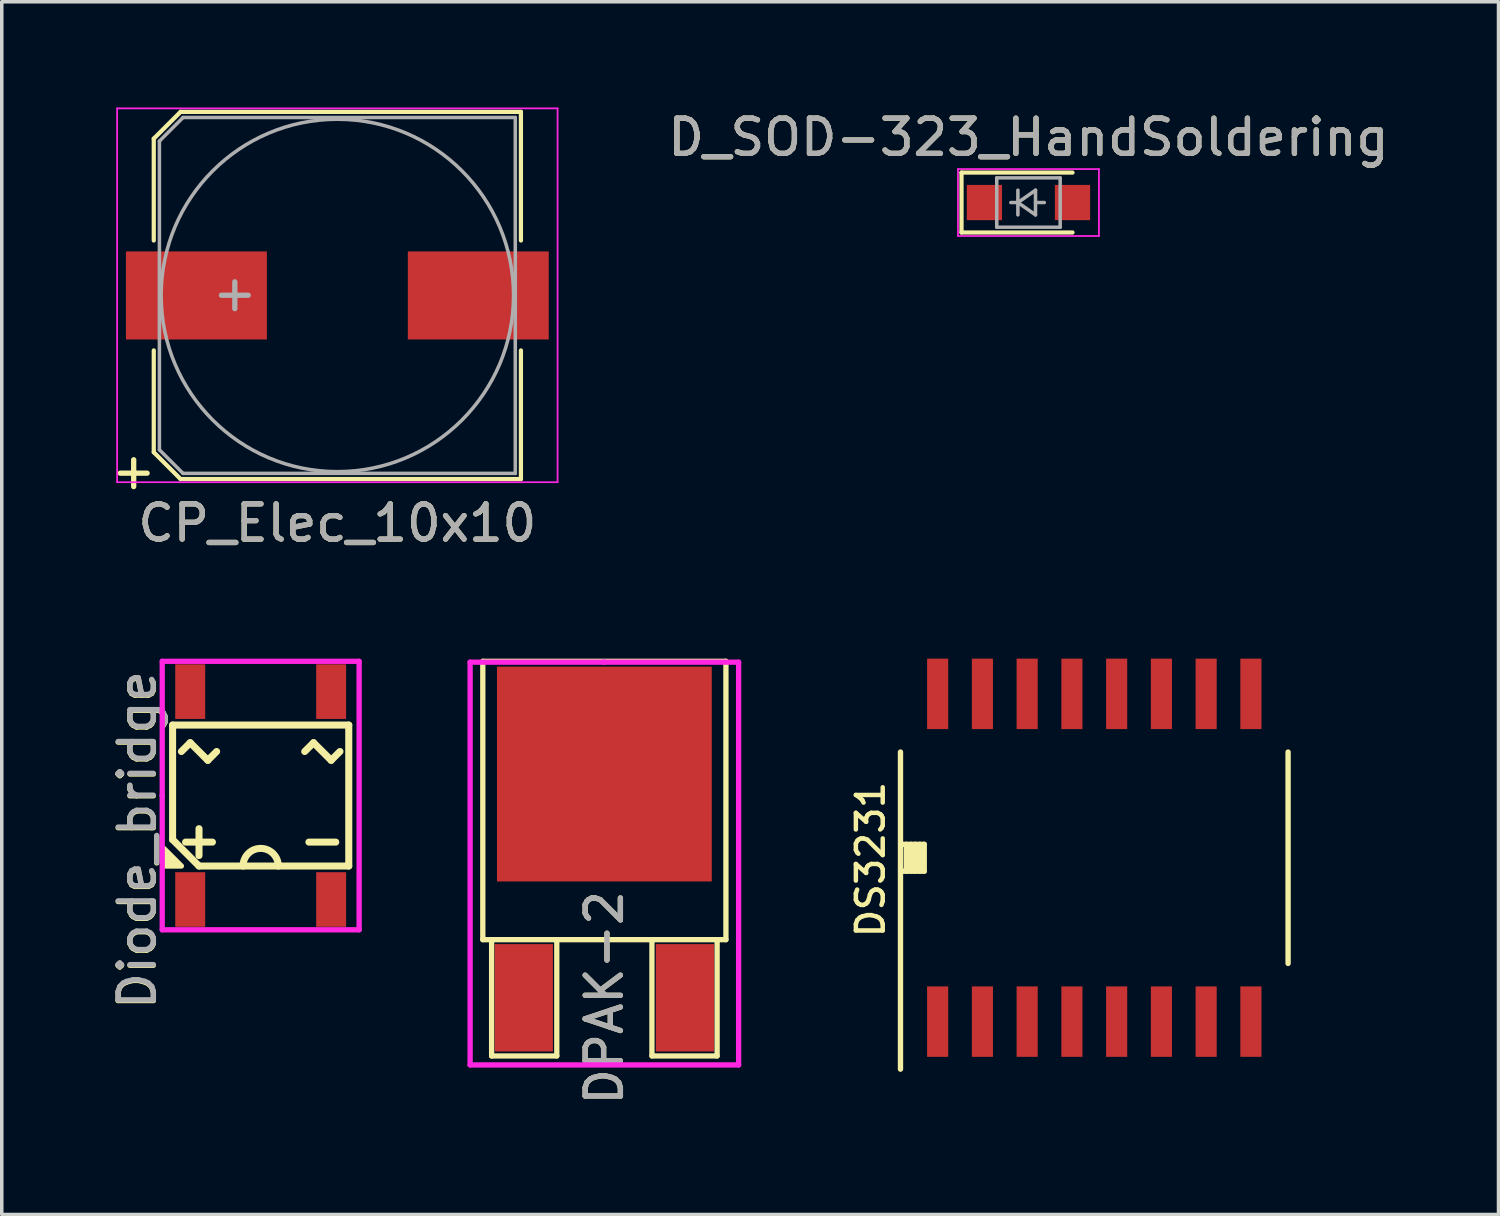
<source format=kicad_pcb>
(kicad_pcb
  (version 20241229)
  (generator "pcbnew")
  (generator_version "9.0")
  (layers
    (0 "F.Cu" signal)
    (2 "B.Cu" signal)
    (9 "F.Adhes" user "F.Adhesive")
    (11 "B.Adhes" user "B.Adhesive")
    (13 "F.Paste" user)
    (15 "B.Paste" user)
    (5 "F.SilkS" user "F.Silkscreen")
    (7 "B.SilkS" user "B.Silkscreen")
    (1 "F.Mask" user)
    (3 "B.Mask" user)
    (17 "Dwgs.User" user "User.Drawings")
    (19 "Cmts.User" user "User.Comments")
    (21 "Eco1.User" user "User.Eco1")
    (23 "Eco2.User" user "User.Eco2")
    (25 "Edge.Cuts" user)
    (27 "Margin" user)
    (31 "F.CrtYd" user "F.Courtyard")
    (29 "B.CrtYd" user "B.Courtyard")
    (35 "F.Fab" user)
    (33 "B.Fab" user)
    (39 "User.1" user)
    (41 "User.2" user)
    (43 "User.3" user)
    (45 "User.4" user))
  (footprint "DPAK-2"
    (layer "F.Cu")
    (at 14.102 25.268)
    (property "Reference" "DPAK-2" (at 0 0 90) (layer "F.SilkS") (effects (font (size 1 1) (thickness 0.15))))
    (attr smd)
    (fp_line (start -3.45 -9.55) (end 3.45 -9.55) (stroke (width 0.15) (type solid)) (layer "F.SilkS"))
    (fp_line (start -3.45 -1.65) (end -3.45 -9.55) (stroke (width 0.15) (type solid)) (layer "F.SilkS"))
    (fp_line (start -3.2 -1.65) (end -3.2 1.65) (stroke (width 0.15) (type solid)) (layer "F.SilkS"))
    (fp_line (start -3.2 1.65) (end -1.35 1.65) (stroke (width 0.15) (type solid)) (layer "F.SilkS"))
    (fp_line (start -1.35 1.65) (end -1.35 -1.65) (stroke (width 0.15) (type solid)) (layer "F.SilkS"))
    (fp_line (start 1.35 -1.65) (end 1.35 1.65) (stroke (width 0.15) (type solid)) (layer "F.SilkS"))
    (fp_line (start 1.35 1.65) (end 3.2 1.65) (stroke (width 0.15) (type solid)) (layer "F.SilkS"))
    (fp_line (start 3.2 1.65) (end 3.2 -1.65) (stroke (width 0.15) (type solid)) (layer "F.SilkS"))
    (fp_line (start 3.45 -9.55) (end 3.45 -1.65) (stroke (width 0.15) (type solid)) (layer "F.SilkS"))
    (fp_line (start 3.45 -1.65) (end -3.45 -1.65) (stroke (width 0.15) (type solid)) (layer "F.SilkS"))
    (fp_line (start -3.81 -9.525) (end -3.81 1.905) (stroke (width 0.15) (type solid)) (layer "F.CrtYd"))
    (fp_line (start -3.81 1.905) (end 3.81 1.905) (stroke (width 0.15) (type solid)) (layer "F.CrtYd"))
    (fp_line (start 0 -9.525) (end -3.81 -9.525) (stroke (width 0.15) (type solid)) (layer "F.CrtYd"))
    (fp_line (start 0 -9.525) (end 0 -9.525) (stroke (width 0.15) (type solid)) (layer "F.CrtYd"))
    (fp_line (start 3.81 -9.525) (end 0 -9.525) (stroke (width 0.15) (type solid)) (layer "F.CrtYd"))
    (fp_line (start 3.81 1.905) (end 3.81 -9.525) (stroke (width 0.15) (type solid)) (layer "F.CrtYd"))
    (fp_text user "${REFERENCE}" (at 0 0 90) (layer "F.Fab") (effects (font (size 1 1) (thickness 0.15))))
    (pad "1" smd rect (at -2.286 0) (size 1.651 3.048) (layers "F.Cu" "F.Mask" "F.Paste"))
    (pad "2" smd rect (at 0 -6.35) (size 6.096 6.096) (layers "F.Cu" "F.Mask" "F.Paste"))
    (pad "3" smd rect (at 2.286 0) (size 1.651 3.048) (layers "F.Cu" "F.Mask" "F.Paste")))
  (footprint "DS3231"
    (layer "F.Cu")
    (at 28.006 21.293)
    (property "Reference" "DS3231" (at -6.35 0.05 90) (layer "F.SilkS") (effects (font (size 0.762 0.762) (thickness 0.127))))
    (attr smd)
    (fp_line (start -5.5 -3) (end -5.5 6) (stroke (width 0.152) (type solid)) (layer "F.SilkS"))
    (fp_line (start -5.461 -0.381) (end -4.826 -0.381) (stroke (width 0.152) (type solid)) (layer "F.SilkS"))
    (fp_line (start -5.461 0.381) (end -4.826 0.381) (stroke (width 0.152) (type solid)) (layer "F.SilkS"))
    (fp_line (start -5.334 -0.381) (end -5.334 0.381) (stroke (width 0.152) (type solid)) (layer "F.SilkS"))
    (fp_line (start -5.207 -0.381) (end -5.207 0.381) (stroke (width 0.152) (type solid)) (layer "F.SilkS"))
    (fp_line (start -5.08 -0.381) (end -5.08 0.381) (stroke (width 0.152) (type solid)) (layer "F.SilkS"))
    (fp_line (start -4.953 -0.381) (end -4.953 0.381) (stroke (width 0.152) (type solid)) (layer "F.SilkS"))
    (fp_line (start -4.826 -0.381) (end -4.826 0.381) (stroke (width 0.152) (type solid)) (layer "F.SilkS"))
    (fp_line (start 5.5 3) (end 5.5 -3) (stroke (width 0.152) (type solid)) (layer "F.SilkS"))
    (pad "1" smd rect (at -4.445 4.651) (size 0.599 1.999) (layers "F.Cu" "F.Mask" "F.Paste"))
    (pad "2" smd rect (at -3.175 4.651) (size 0.599 1.999) (layers "F.Cu" "F.Mask" "F.Paste"))
    (pad "3" smd rect (at -1.905 4.651) (size 0.599 1.999) (layers "F.Cu" "F.Mask" "F.Paste"))
    (pad "4" smd rect (at -0.635 4.651) (size 0.599 1.999) (layers "F.Cu" "F.Mask" "F.Paste"))
    (pad "5" smd rect (at 0.635 4.651) (size 0.599 1.999) (layers "F.Cu" "F.Mask" "F.Paste"))
    (pad "6" smd rect (at 1.905 4.651) (size 0.599 1.999) (layers "F.Cu" "F.Mask" "F.Paste"))
    (pad "7" smd rect (at 3.175 4.651) (size 0.599 1.999) (layers "F.Cu" "F.Mask" "F.Paste"))
    (pad "8" smd rect (at 4.445 4.651) (size 0.599 1.999) (layers "F.Cu" "F.Mask" "F.Paste"))
    (pad "9" smd rect (at 4.445 -4.651) (size 0.599 1.999) (layers "F.Cu" "F.Mask" "F.Paste"))
    (pad "10" smd rect (at 3.175 -4.651) (size 0.599 1.999) (layers "F.Cu" "F.Mask" "F.Paste"))
    (pad "11" smd rect (at 1.905 -4.651) (size 0.599 1.999) (layers "F.Cu" "F.Mask" "F.Paste"))
    (pad "12" smd rect (at 0.635 -4.651) (size 0.599 1.999) (layers "F.Cu" "F.Mask" "F.Paste"))
    (pad "13" smd rect (at -0.635 -4.651) (size 0.599 1.999) (layers "F.Cu" "F.Mask" "F.Paste"))
    (pad "14" smd rect (at -1.905 -4.651) (size 0.599 1.999) (layers "F.Cu" "F.Mask" "F.Paste"))
    (pad "15" smd rect (at -3.175 -4.651) (size 0.599 1.999) (layers "F.Cu" "F.Mask" "F.Paste"))
    (pad "16" smd rect (at -4.445 -4.651) (size 0.599 1.999) (layers "F.Cu" "F.Mask" "F.Paste")))
  (footprint "D_SOD-323_HandSoldering"
    (layer "F.Cu")
    (at 26.138 2.698)
    (property "Reference" "D_SOD-323_HandSoldering" (at 0 -1.85 0) (layer "F.SilkS") (effects (font (size 1 1) (thickness 0.15))))
    (attr smd)
    (fp_line (start -1.9 -0.85) (end -1.9 0.85) (stroke (width 0.12) (type solid)) (layer "F.SilkS"))
    (fp_line (start -1.9 -0.85) (end 1.25 -0.85) (stroke (width 0.12) (type solid)) (layer "F.SilkS"))
    (fp_line (start -1.9 0.85) (end 1.25 0.85) (stroke (width 0.12) (type solid)) (layer "F.SilkS"))
    (fp_line (start -2 -0.95) (end -2 0.95) (stroke (width 0.05) (type solid)) (layer "F.CrtYd"))
    (fp_line (start -2 -0.95) (end 2 -0.95) (stroke (width 0.05) (type solid)) (layer "F.CrtYd"))
    (fp_line (start -2 0.95) (end 2 0.95) (stroke (width 0.05) (type solid)) (layer "F.CrtYd"))
    (fp_line (start 2 -0.95) (end 2 0.95) (stroke (width 0.05) (type solid)) (layer "F.CrtYd"))
    (fp_line (start -0.9 -0.7) (end 0.9 -0.7) (stroke (width 0.1) (type solid)) (layer "F.Fab"))
    (fp_line (start -0.9 0.7) (end -0.9 -0.7) (stroke (width 0.1) (type solid)) (layer "F.Fab"))
    (fp_line (start -0.3 -0.35) (end -0.3 0.35) (stroke (width 0.1) (type solid)) (layer "F.Fab"))
    (fp_line (start -0.3 0) (end -0.5 0) (stroke (width 0.1) (type solid)) (layer "F.Fab"))
    (fp_line (start -0.3 0) (end 0.2 -0.35) (stroke (width 0.1) (type solid)) (layer "F.Fab"))
    (fp_line (start 0.2 -0.35) (end 0.2 0.35) (stroke (width 0.1) (type solid)) (layer "F.Fab"))
    (fp_line (start 0.2 0) (end 0.45 0) (stroke (width 0.1) (type solid)) (layer "F.Fab"))
    (fp_line (start 0.2 0.35) (end -0.3 0) (stroke (width 0.1) (type solid)) (layer "F.Fab"))
    (fp_line (start 0.9 -0.7) (end 0.9 0.7) (stroke (width 0.1) (type solid)) (layer "F.Fab"))
    (fp_line (start 0.9 0.7) (end -0.9 0.7) (stroke (width 0.1) (type solid)) (layer "F.Fab"))
    (fp_text user "${REFERENCE}" (at 0 -1.85 0) (layer "F.Fab") (effects (font (size 1 1) (thickness 0.15))))
    (pad "1" smd rect (at -1.25 0) (size 1 1) (layers "F.Cu" "F.Mask" "F.Paste"))
    (pad "2" smd rect (at 1.25 0) (size 1 1) (layers "F.Cu" "F.Mask" "F.Paste")))
  (footprint "Diode_bridge"
    (layer "F.Cu")
    (at 4.348 19.528)
    (property "Reference" "Diode_bridge" (at -3.5 1.27 90) (layer "F.SilkS") (effects (font (size 1 1) (thickness 0.15))))
    (attr through_hole)
    (fp_line (start -2.5 -2) (end 2.5 -2) (stroke (width 0.2) (type solid)) (layer "F.SilkS"))
    (fp_line (start -2.5 1.25) (end -2.5 -2) (stroke (width 0.2) (type solid)) (layer "F.SilkS"))
    (fp_line (start -2.25 -1.25) (end -2 -1.5) (stroke (width 0.2) (type solid)) (layer "F.SilkS"))
    (fp_line (start -2 -1.5) (end -1.5 -1) (stroke (width 0.2) (type solid)) (layer "F.SilkS"))
    (fp_line (start -1.75 2) (end -2.5 1.25) (stroke (width 0.2) (type solid)) (layer "F.SilkS"))
    (fp_line (start -1.5 -1) (end -1.25 -1.25) (stroke (width 0.2) (type solid)) (layer "F.SilkS"))
    (fp_line (start 1.25 -1.25) (end 1.5 -1.5) (stroke (width 0.2) (type solid)) (layer "F.SilkS"))
    (fp_line (start 1.5 -1.5) (end 2 -1) (stroke (width 0.2) (type solid)) (layer "F.SilkS"))
    (fp_line (start 2 -1) (end 2.25 -1.25) (stroke (width 0.2) (type solid)) (layer "F.SilkS"))
    (fp_line (start 2.5 -2) (end 2.5 2) (stroke (width 0.2) (type solid)) (layer "F.SilkS"))
    (fp_line (start 2.5 2) (end -1.75 2) (stroke (width 0.2) (type solid)) (layer "F.SilkS"))
    (fp_arc (start -0.5 2) (mid 0 1.5) (end 0.5 2) (stroke (width 0.2) (type solid)) (layer "F.SilkS"))
    (fp_poly (pts (xy -2.75 1.5) (xy -2.25 2) (xy -2.75 2)) (stroke (width 0.15) (type solid)) (fill yes) (layer "F.SilkS"))
    (fp_line (start -2.794 -3.81) (end 2.794 -3.81) (stroke (width 0.15) (type solid)) (layer "F.CrtYd"))
    (fp_line (start -2.794 0) (end -2.794 -3.81) (stroke (width 0.15) (type solid)) (layer "F.CrtYd"))
    (fp_line (start -2.794 0) (end -2.794 0) (stroke (width 0.15) (type solid)) (layer "F.CrtYd"))
    (fp_line (start -2.794 3.81) (end -2.794 0) (stroke (width 0.15) (type solid)) (layer "F.CrtYd"))
    (fp_line (start 2.794 -3.81) (end 2.794 3.81) (stroke (width 0.15) (type solid)) (layer "F.CrtYd"))
    (fp_line (start 2.794 3.81) (end -2.794 3.81) (stroke (width 0.15) (type solid)) (layer "F.CrtYd"))
    (fp_text user "-" (at 1.75 1.25 0) (layer "F.SilkS") (effects (font (size 1 1) (thickness 0.2))))
    (fp_text user "+" (at -1.75 1.25 0) (layer "F.SilkS") (effects (font (size 1 1) (thickness 0.2))))
    (fp_text user "${REFERENCE}" (at -3.5 1.25 90) (layer "F.Fab") (effects (font (size 1 1) (thickness 0.15))))
    (pad "1" smd rect (at -2 2.95) (size 0.85 1.55) (layers "F.Cu" "F.Mask" "F.Paste"))
    (pad "2" smd rect (at 2 2.95) (size 0.85 1.55) (layers "F.Cu" "F.Mask" "F.Paste"))
    (pad "3" smd rect (at 2 -2.95) (size 0.85 1.55) (layers "F.Cu" "F.Mask" "F.Paste"))
    (pad "4" smd rect (at -2 -2.95) (size 0.85 1.55) (layers "F.Cu" "F.Mask" "F.Paste")))
  (footprint "CP_Elec_10x10"
    (layer "F.Cu")
    (at 6.524 5.335)
    (property "Reference" "CP_Elec_10x10" (at 0 6.46 0) (layer "F.SilkS") (effects (font (size 1 1) (thickness 0.15))))
    (attr smd)
    (fp_line (start -5.21 -4.45) (end -5.21 -1.56) (stroke (width 0.12) (type solid)) (layer "F.SilkS"))
    (fp_line (start -5.21 -4.45) (end -4.45 -5.21) (stroke (width 0.12) (type solid)) (layer "F.SilkS"))
    (fp_line (start -5.21 4.45) (end -5.21 1.56) (stroke (width 0.12) (type solid)) (layer "F.SilkS"))
    (fp_line (start -4.45 -5.21) (end 5.21 -5.21) (stroke (width 0.12) (type solid)) (layer "F.SilkS"))
    (fp_line (start -4.45 5.21) (end -5.21 4.45) (stroke (width 0.12) (type solid)) (layer "F.SilkS"))
    (fp_line (start 5.21 -5.21) (end 5.21 -1.56) (stroke (width 0.12) (type solid)) (layer "F.SilkS"))
    (fp_line (start 5.21 5.21) (end -4.45 5.21) (stroke (width 0.12) (type solid)) (layer "F.SilkS"))
    (fp_line (start 5.21 5.21) (end 5.21 1.56) (stroke (width 0.12) (type solid)) (layer "F.SilkS"))
    (fp_line (start -6.25 -5.31) (end -6.25 5.3) (stroke (width 0.05) (type solid)) (layer "F.CrtYd"))
    (fp_line (start -6.25 -5.31) (end 6.25 -5.31) (stroke (width 0.05) (type solid)) (layer "F.CrtYd"))
    (fp_line (start 6.25 5.3) (end -6.25 5.3) (stroke (width 0.05) (type solid)) (layer "F.CrtYd"))
    (fp_line (start 6.25 5.3) (end 6.25 -5.31) (stroke (width 0.05) (type solid)) (layer "F.CrtYd"))
    (fp_line (start -5.05 -4.38) (end -5.05 4.38) (stroke (width 0.1) (type solid)) (layer "F.Fab"))
    (fp_line (start -5.05 4.38) (end -4.38 5.05) (stroke (width 0.1) (type solid)) (layer "F.Fab"))
    (fp_line (start -4.38 -5.05) (end -5.05 -4.38) (stroke (width 0.1) (type solid)) (layer "F.Fab"))
    (fp_line (start -4.38 5.05) (end 5.05 5.05) (stroke (width 0.1) (type solid)) (layer "F.Fab"))
    (fp_line (start 5.05 -5.05) (end -4.38 -5.05) (stroke (width 0.1) (type solid)) (layer "F.Fab"))
    (fp_line (start 5.05 5.05) (end 5.05 -5.05) (stroke (width 0.1) (type solid)) (layer "F.Fab"))
    (fp_circle (center 0 0) (end 0.1 5) (stroke (width 0.1) (type solid)) (fill no) (layer "F.Fab"))
    (fp_text user "+" (at -5.78 4.97 0) (layer "F.SilkS") (effects (font (size 1 1) (thickness 0.15))))
    (fp_text user "+" (at -2.91 -0.08 0) (layer "F.Fab") (effects (font (size 1 1) (thickness 0.15))))
    (fp_text user "${REFERENCE}" (at 0 6.46 0) (layer "F.Fab") (effects (font (size 1 1) (thickness 0.15))))
    (pad "1" smd rect (at -4 0 180) (size 4 2.5) (layers "F.Cu" "F.Mask" "F.Paste"))
    (pad "2" smd rect (at 4 0 180) (size 4 2.5) (layers "F.Cu" "F.Mask" "F.Paste")))
  (gr_rect
    (start -3 -3)
    (end 39.478 31.417)
    (stroke (width 0.1) (type default))
    (fill no)
    (layer "Edge.Cuts")))
</source>
